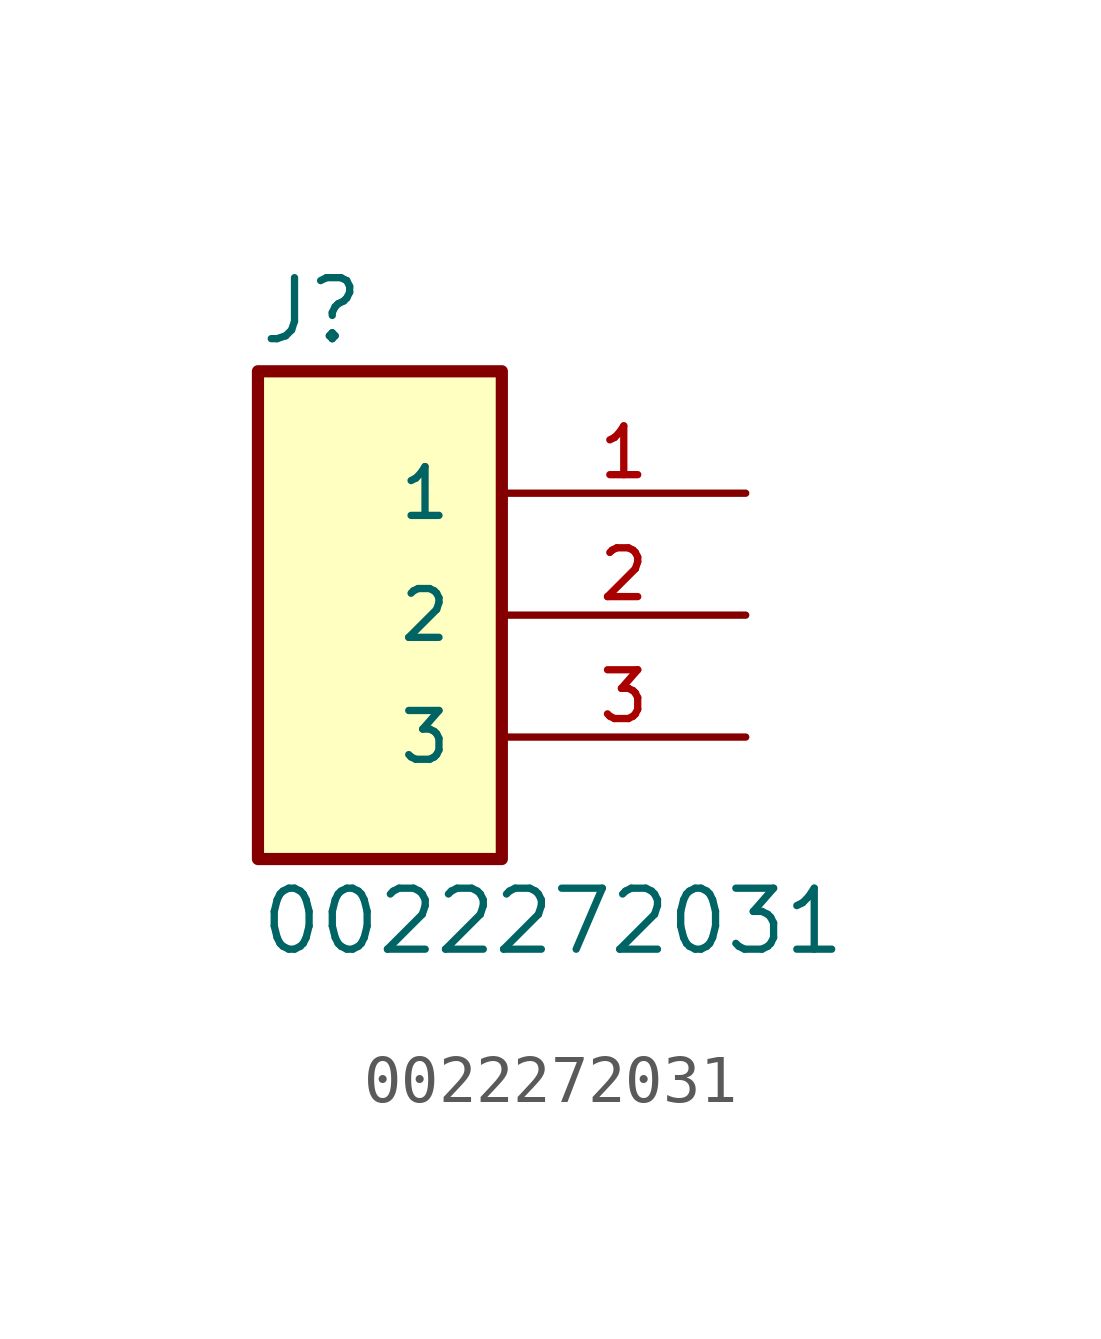
<source format=kicad_sym>
(kicad_symbol_lib
  (version 20211014)
  (generator kicad_symbol_editor)
  (symbol "0022272031"
    (pin_names
      (offset 1.016))
    (property "Reference" "J"
      (at -2.544 5.596 0)
      (effects (font (size 1.27 1.27)) (justify bottom left)))
    (property "Value" "0022272031"
      (at -2.543 -7.121 0)
      (effects (font (size 1.27 1.27)) (justify bottom left)))
    (symbol "0022272031_0_0"
      (rectangle (start -2.54 -5.08) (end 2.54 5.08) (stroke (width 0.254)) (fill (type background)))
      (pin passive line (at 7.62 2.54 180.0) (length 5.08) (name "1" (effects (font (size 1.016 1.016)))) (number "1" (effects (font (size 1.016 1.016)))))
      (pin passive line (at 7.62 0.0 180.0) (length 5.08) (name "2" (effects (font (size 1.016 1.016)))) (number "2" (effects (font (size 1.016 1.016)))))
      (pin passive line (at 7.62 -2.54 180.0) (length 5.08) (name "3" (effects (font (size 1.016 1.016)))) (number "3" (effects (font (size 1.016 1.016))))))))
</source>
